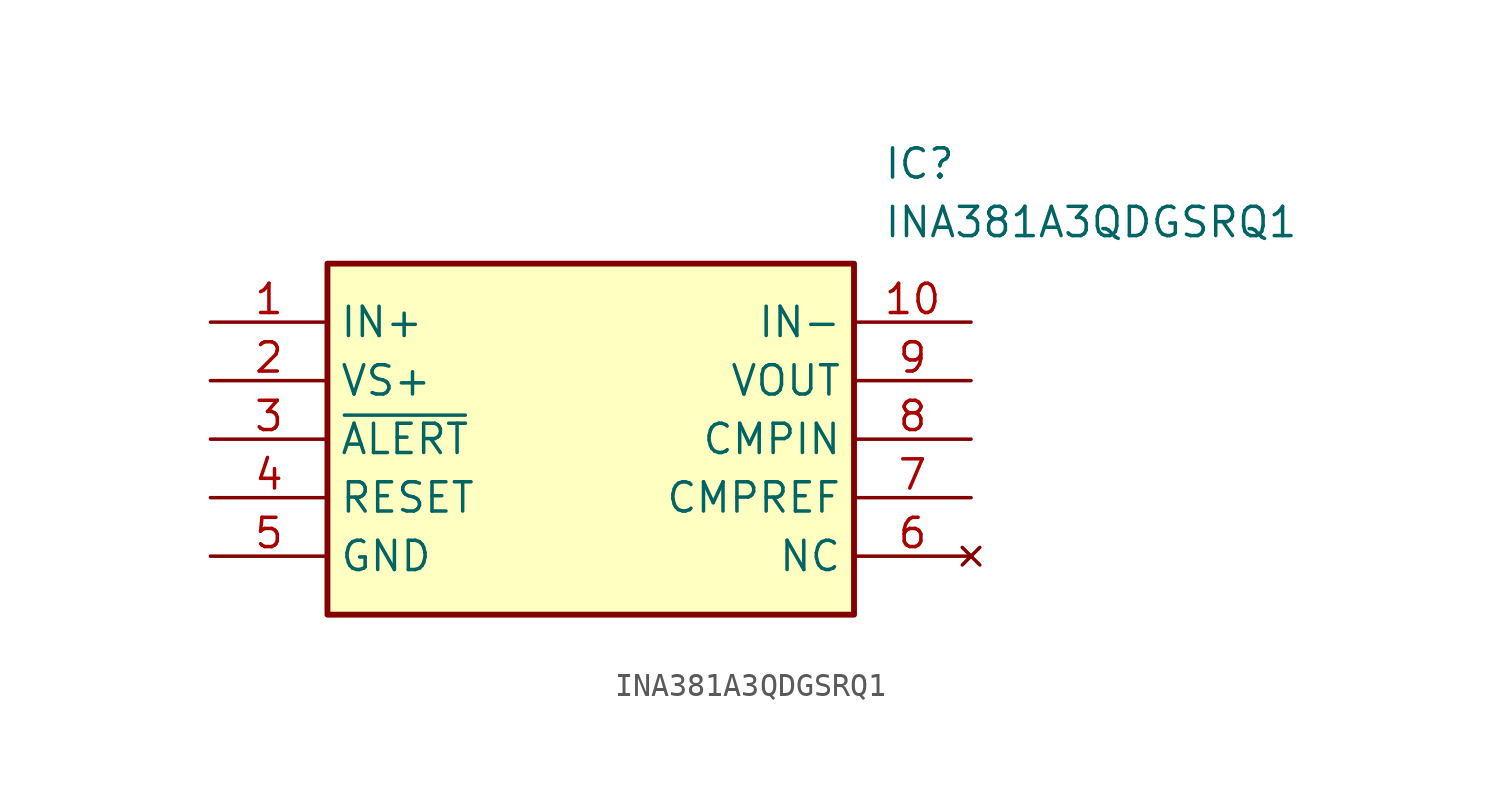
<source format=kicad_sym>
(kicad_symbol_lib
  (version 20231120)
  (generator "kicad_symbol_editor")
  (generator_version "8.0")
  (symbol "INA381A3QDGSRQ1"
    (property "Reference" "IC"
      (at 29.21 7.62 0)
      (effects (font (size 1.27 1.27)) (justify left top)))
    (property "Value" "INA381A3QDGSRQ1"
      (at 29.21 5.08 0)
      (effects (font (size 1.27 1.27)) (justify left top)))
    (symbol "INA381A3QDGSRQ1_1_1"
      (rectangle (start 5.08 2.54) (end 27.94 -12.7) (stroke (width 0.254) (type default)) (fill (type background)))
      (pin passive line (at 0 0 0) (length 5.08) (name "IN+" (effects (font (size 1.27 1.27)))) (number "1" (effects (font (size 1.27 1.27)))))
      (pin passive line (at 33.02 0 180) (length 5.08) (name "IN-" (effects (font (size 1.27 1.27)))) (number "10" (effects (font (size 1.27 1.27)))))
      (pin passive line (at 0 -2.54 0) (length 5.08) (name "VS+" (effects (font (size 1.27 1.27)))) (number "2" (effects (font (size 1.27 1.27)))))
      (pin passive line (at 0 -5.08 0) (length 5.08) (name "~{ALERT}" (effects (font (size 1.27 1.27)))) (number "3" (effects (font (size 1.27 1.27)))))
      (pin passive line (at 0 -7.62 0) (length 5.08) (name "RESET" (effects (font (size 1.27 1.27)))) (number "4" (effects (font (size 1.27 1.27)))))
      (pin passive line (at 0 -10.16 0) (length 5.08) (name "GND" (effects (font (size 1.27 1.27)))) (number "5" (effects (font (size 1.27 1.27)))))
      (pin no_connect line (at 33.02 -10.16 180) (length 5.08) (name "NC" (effects (font (size 1.27 1.27)))) (number "6" (effects (font (size 1.27 1.27)))))
      (pin passive line (at 33.02 -7.62 180) (length 5.08) (name "CMPREF" (effects (font (size 1.27 1.27)))) (number "7" (effects (font (size 1.27 1.27)))))
      (pin passive line (at 33.02 -5.08 180) (length 5.08) (name "CMPIN" (effects (font (size 1.27 1.27)))) (number "8" (effects (font (size 1.27 1.27)))))
      (pin passive line (at 33.02 -2.54 180) (length 5.08) (name "VOUT" (effects (font (size 1.27 1.27)))) (number "9" (effects (font (size 1.27 1.27))))))))
</source>
